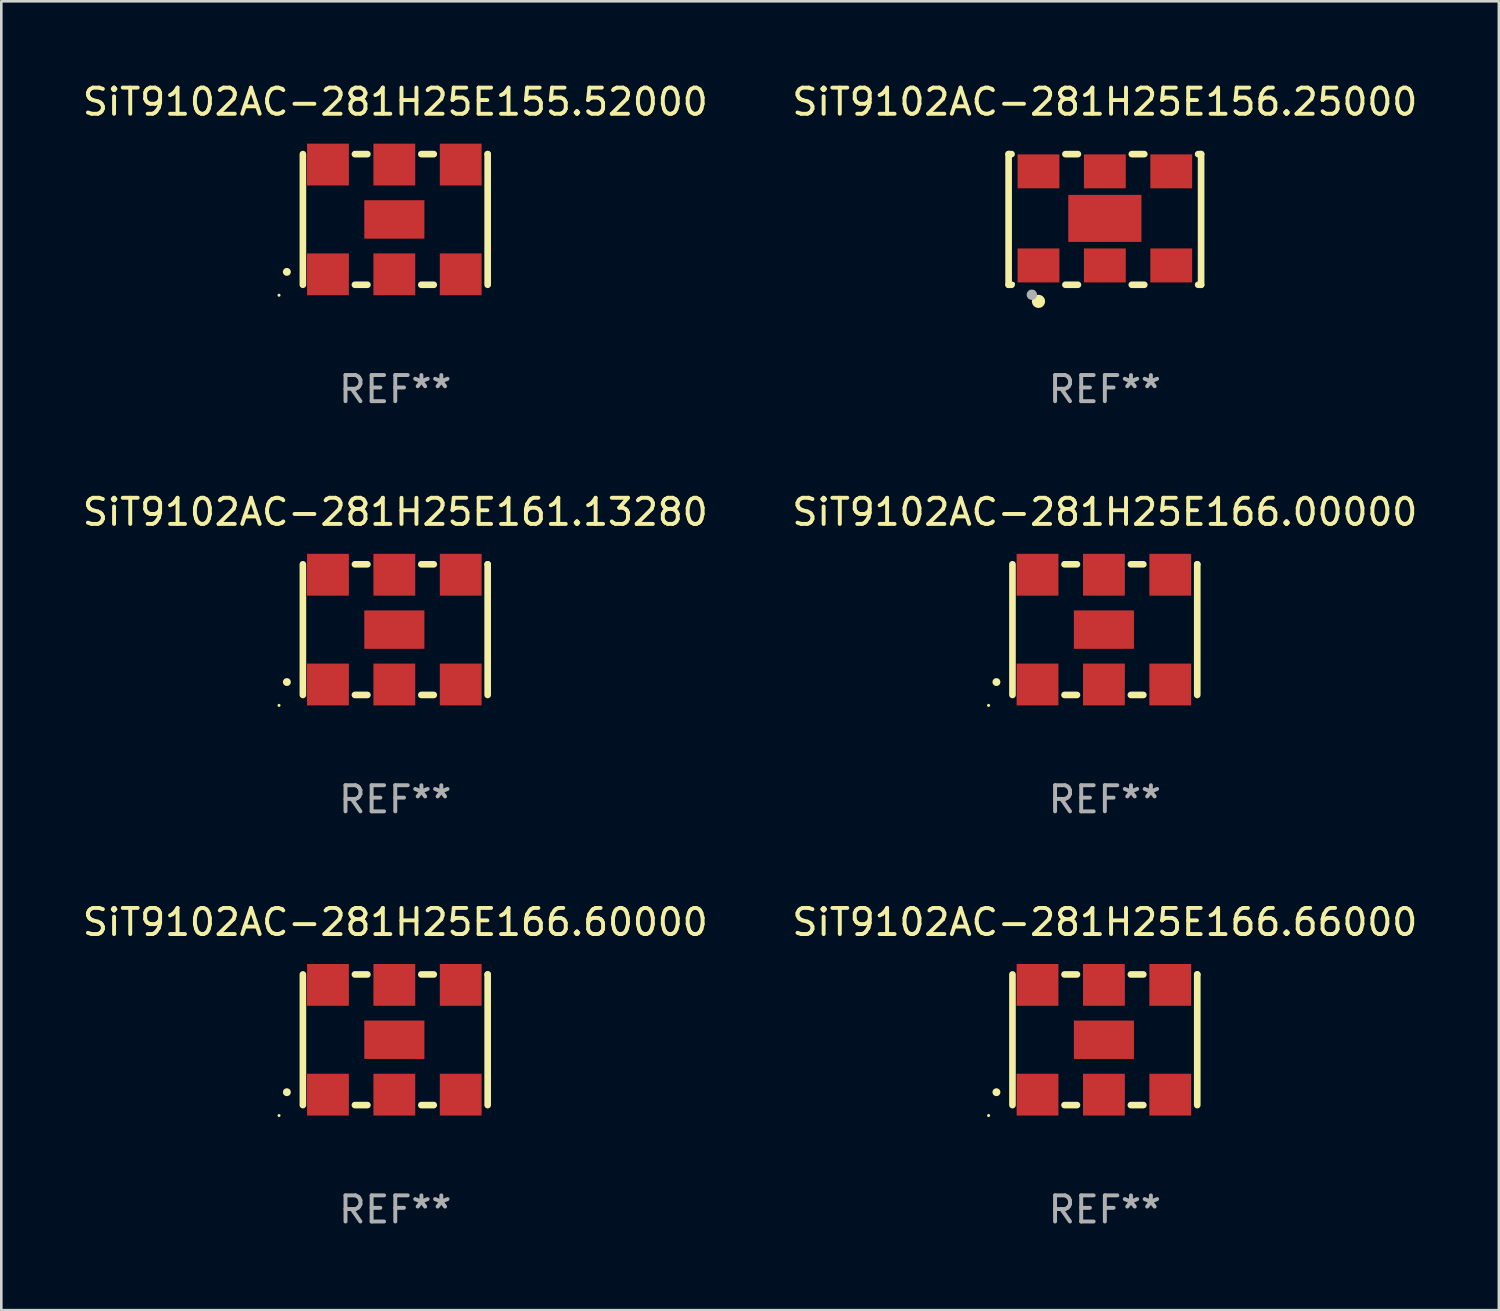
<source format=kicad_pcb>
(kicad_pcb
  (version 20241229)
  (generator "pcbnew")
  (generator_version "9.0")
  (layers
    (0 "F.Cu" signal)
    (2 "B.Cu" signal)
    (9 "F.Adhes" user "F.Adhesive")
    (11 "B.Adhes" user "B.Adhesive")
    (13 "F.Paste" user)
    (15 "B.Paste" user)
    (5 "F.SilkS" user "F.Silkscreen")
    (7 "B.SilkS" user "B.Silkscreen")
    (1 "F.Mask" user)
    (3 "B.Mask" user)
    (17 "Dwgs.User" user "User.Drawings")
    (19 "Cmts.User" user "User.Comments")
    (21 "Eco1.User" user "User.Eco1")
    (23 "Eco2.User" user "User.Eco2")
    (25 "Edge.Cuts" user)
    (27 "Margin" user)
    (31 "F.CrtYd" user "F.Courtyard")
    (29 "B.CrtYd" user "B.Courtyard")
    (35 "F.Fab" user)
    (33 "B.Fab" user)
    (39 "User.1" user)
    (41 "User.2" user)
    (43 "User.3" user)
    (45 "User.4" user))
  (footprint "SiT9102AC-281H25E166.66000"
    (layer "F.Cu")
    (at 39.232 36.741)
    (property "Reference" "SiT9102AC-281H25E166.66000" (at 0 -4.5 0) (layer "F.SilkS") (effects (font (size 1 1) (thickness 0.15))))
    (attr through_hole)
    (fp_line (start -3.536 -2.5) (end -3.536 2.5) (stroke (width 0.254) (type solid)) (layer "F.SilkS"))
    (fp_line (start -1.544 2.5) (end -1.067 2.5) (stroke (width 0.254) (type solid)) (layer "F.SilkS"))
    (fp_line (start -1.067 -2.5) (end -1.544 -2.5) (stroke (width 0.254) (type solid)) (layer "F.SilkS"))
    (fp_line (start 0.996 2.5) (end 1.473 2.5) (stroke (width 0.254) (type solid)) (layer "F.SilkS"))
    (fp_line (start 1.473 -2.5) (end 0.996 -2.5) (stroke (width 0.254) (type solid)) (layer "F.SilkS"))
    (fp_line (start 3.536 -2.5) (end 3.536 -2.5) (stroke (width 0.254) (type solid)) (layer "F.SilkS"))
    (fp_line (start 3.536 2.5) (end 3.536 -2.5) (stroke (width 0.254) (type solid)) (layer "F.SilkS"))
    (fp_arc (start -4.150432 2.006604) (mid -4.149162 2.006599) (end -4.147892 2.006604) (stroke (width 0.3) (type solid)) (layer "F.SilkS"))
    (fp_circle (center -4.449 2.9) (end -4.419 2.9) (stroke (width 0.06) (type solid)) (fill no) (layer "F.SilkS"))
    (fp_text user "REF**" (at 0 6.5 0) (layer "F.Fab") (effects (font (size 1 1) (thickness 0.15))))
    (pad "1" smd rect (at -2.576 2.1) (size 1.6 1.6) (layers "F.Cu" "F.Mask" "F.Paste"))
    (pad "2" smd rect (at -0.036 2.1) (size 1.6 1.6) (layers "F.Cu" "F.Mask" "F.Paste"))
    (pad "3" smd rect (at 2.504 2.1) (size 1.6 1.6) (layers "F.Cu" "F.Mask" "F.Paste"))
    (pad "4" smd rect (at 2.504 -2.1) (size 1.6 1.6) (layers "F.Cu" "F.Mask" "F.Paste"))
    (pad "5" smd rect (at -0.036 -2.1) (size 1.6 1.6) (layers "F.Cu" "F.Mask" "F.Paste"))
    (pad "6" smd rect (at -2.576 -2.1) (size 1.6 1.6) (layers "F.Cu" "F.Mask" "F.Paste"))
    (pad "7" smd rect (at -0.036 0) (size 2.3 1.47) (layers "F.Cu" "F.Mask" "F.Paste")))
  (footprint "SiT9102AC-281H25E156.25000"
    (layer "F.Cu")
    (at 39.232 5.348)
    (property "Reference" "SiT9102AC-281H25E156.25000" (at 0 -4.5 0) (layer "F.SilkS") (effects (font (size 1 1) (thickness 0.15))))
    (attr through_hole)
    (fp_line (start -3.683 -2.5) (end -3.571 -2.5) (stroke (width 0.254) (type solid)) (layer "F.SilkS"))
    (fp_line (start -3.683 2.5) (end -3.683 -2.5) (stroke (width 0.254) (type solid)) (layer "F.SilkS"))
    (fp_line (start -3.683 2.5) (end -3.571 2.5) (stroke (width 0.254) (type solid)) (layer "F.SilkS"))
    (fp_line (start -1.509 -2.5) (end -1.031 -2.5) (stroke (width 0.254) (type solid)) (layer "F.SilkS"))
    (fp_line (start -1.509 2.5) (end -1.031 2.5) (stroke (width 0.254) (type solid)) (layer "F.SilkS"))
    (fp_line (start 1.031 -2.5) (end 1.509 -2.5) (stroke (width 0.254) (type solid)) (layer "F.SilkS"))
    (fp_line (start 1.031 2.5) (end 1.509 2.5) (stroke (width 0.254) (type solid)) (layer "F.SilkS"))
    (fp_line (start 3.571 -2.5) (end 3.683 -2.5) (stroke (width 0.254) (type solid)) (layer "F.SilkS"))
    (fp_line (start 3.571 2.5) (end 3.683 2.5) (stroke (width 0.254) (type solid)) (layer "F.SilkS"))
    (fp_line (start 3.683 2.5) (end 3.683 -2.5) (stroke (width 0.254) (type solid)) (layer "F.SilkS"))
    (fp_circle (center -3.5 2.46) (end -3.47 2.46) (stroke (width 0.06) (type solid)) (fill no) (layer "F.SilkS"))
    (fp_circle (center -2.54 3.135) (end -2.413 3.135) (stroke (width 0.254) (type solid)) (fill no) (layer "F.SilkS"))
    (fp_circle (center -2.794 2.881) (end -2.694 2.881) (stroke (width 0.2) (type solid)) (fill no) (layer "F.Fab"))
    (fp_text user "REF**" (at 0 6.5 0) (layer "F.Fab") (effects (font (size 1 1) (thickness 0.15))))
    (pad "1" smd rect (at -2.54 1.76) (size 1.6 1.3) (layers "F.Cu" "F.Mask" "F.Paste"))
    (pad "2" smd rect (at 0 1.76) (size 1.6 1.3) (layers "F.Cu" "F.Mask" "F.Paste"))
    (pad "3" smd rect (at 2.54 1.76) (size 1.6 1.3) (layers "F.Cu" "F.Mask" "F.Paste"))
    (pad "4" smd rect (at 2.54 -1.84) (size 1.6 1.3) (layers "F.Cu" "F.Mask" "F.Paste"))
    (pad "5" smd rect (at 0 -1.84) (size 1.6 1.3) (layers "F.Cu" "F.Mask" "F.Paste"))
    (pad "6" smd rect (at -2.54 -1.84) (size 1.6 1.3) (layers "F.Cu" "F.Mask" "F.Paste"))
    (pad "7" smd rect (at 0 -0.04) (size 2.8 1.8) (layers "F.Cu" "F.Mask" "F.Paste")))
  (footprint "SiT9102AC-281H25E166.60000"
    (layer "F.Cu")
    (at 12.077 36.741)
    (property "Reference" "SiT9102AC-281H25E166.60000" (at 0 -4.5 0) (layer "F.SilkS") (effects (font (size 1 1) (thickness 0.15))))
    (attr through_hole)
    (fp_line (start -3.536 -2.5) (end -3.536 2.5) (stroke (width 0.254) (type solid)) (layer "F.SilkS"))
    (fp_line (start -1.544 2.5) (end -1.067 2.5) (stroke (width 0.254) (type solid)) (layer "F.SilkS"))
    (fp_line (start -1.067 -2.5) (end -1.544 -2.5) (stroke (width 0.254) (type solid)) (layer "F.SilkS"))
    (fp_line (start 0.996 2.5) (end 1.473 2.5) (stroke (width 0.254) (type solid)) (layer "F.SilkS"))
    (fp_line (start 1.473 -2.5) (end 0.996 -2.5) (stroke (width 0.254) (type solid)) (layer "F.SilkS"))
    (fp_line (start 3.536 -2.5) (end 3.536 -2.5) (stroke (width 0.254) (type solid)) (layer "F.SilkS"))
    (fp_line (start 3.536 2.5) (end 3.536 -2.5) (stroke (width 0.254) (type solid)) (layer "F.SilkS"))
    (fp_arc (start -4.150432 2.006604) (mid -4.149162 2.006599) (end -4.147892 2.006604) (stroke (width 0.3) (type solid)) (layer "F.SilkS"))
    (fp_circle (center -4.449 2.9) (end -4.419 2.9) (stroke (width 0.06) (type solid)) (fill no) (layer "F.SilkS"))
    (fp_text user "REF**" (at 0 6.5 0) (layer "F.Fab") (effects (font (size 1 1) (thickness 0.15))))
    (pad "1" smd rect (at -2.576 2.1) (size 1.6 1.6) (layers "F.Cu" "F.Mask" "F.Paste"))
    (pad "2" smd rect (at -0.036 2.1) (size 1.6 1.6) (layers "F.Cu" "F.Mask" "F.Paste"))
    (pad "3" smd rect (at 2.504 2.1) (size 1.6 1.6) (layers "F.Cu" "F.Mask" "F.Paste"))
    (pad "4" smd rect (at 2.504 -2.1) (size 1.6 1.6) (layers "F.Cu" "F.Mask" "F.Paste"))
    (pad "5" smd rect (at -0.036 -2.1) (size 1.6 1.6) (layers "F.Cu" "F.Mask" "F.Paste"))
    (pad "6" smd rect (at -2.576 -2.1) (size 1.6 1.6) (layers "F.Cu" "F.Mask" "F.Paste"))
    (pad "7" smd rect (at -0.036 0) (size 2.3 1.47) (layers "F.Cu" "F.Mask" "F.Paste")))
  (footprint "SiT9102AC-281H25E161.13280"
    (layer "F.Cu")
    (at 12.077 21.045)
    (property "Reference" "SiT9102AC-281H25E161.13280" (at 0 -4.5 0) (layer "F.SilkS") (effects (font (size 1 1) (thickness 0.15))))
    (attr through_hole)
    (fp_line (start -3.536 -2.5) (end -3.536 2.5) (stroke (width 0.254) (type solid)) (layer "F.SilkS"))
    (fp_line (start -1.544 2.5) (end -1.067 2.5) (stroke (width 0.254) (type solid)) (layer "F.SilkS"))
    (fp_line (start -1.067 -2.5) (end -1.544 -2.5) (stroke (width 0.254) (type solid)) (layer "F.SilkS"))
    (fp_line (start 0.996 2.5) (end 1.473 2.5) (stroke (width 0.254) (type solid)) (layer "F.SilkS"))
    (fp_line (start 1.473 -2.5) (end 0.996 -2.5) (stroke (width 0.254) (type solid)) (layer "F.SilkS"))
    (fp_line (start 3.536 -2.5) (end 3.536 -2.5) (stroke (width 0.254) (type solid)) (layer "F.SilkS"))
    (fp_line (start 3.536 2.5) (end 3.536 -2.5) (stroke (width 0.254) (type solid)) (layer "F.SilkS"))
    (fp_arc (start -4.150432 2.006604) (mid -4.149162 2.006599) (end -4.147892 2.006604) (stroke (width 0.3) (type solid)) (layer "F.SilkS"))
    (fp_circle (center -4.449 2.9) (end -4.419 2.9) (stroke (width 0.06) (type solid)) (fill no) (layer "F.SilkS"))
    (fp_text user "REF**" (at 0 6.5 0) (layer "F.Fab") (effects (font (size 1 1) (thickness 0.15))))
    (pad "1" smd rect (at -2.576 2.1) (size 1.6 1.6) (layers "F.Cu" "F.Mask" "F.Paste"))
    (pad "2" smd rect (at -0.036 2.1) (size 1.6 1.6) (layers "F.Cu" "F.Mask" "F.Paste"))
    (pad "3" smd rect (at 2.504 2.1) (size 1.6 1.6) (layers "F.Cu" "F.Mask" "F.Paste"))
    (pad "4" smd rect (at 2.504 -2.1) (size 1.6 1.6) (layers "F.Cu" "F.Mask" "F.Paste"))
    (pad "5" smd rect (at -0.036 -2.1) (size 1.6 1.6) (layers "F.Cu" "F.Mask" "F.Paste"))
    (pad "6" smd rect (at -2.576 -2.1) (size 1.6 1.6) (layers "F.Cu" "F.Mask" "F.Paste"))
    (pad "7" smd rect (at -0.036 0) (size 2.3 1.47) (layers "F.Cu" "F.Mask" "F.Paste")))
  (footprint "SiT9102AC-281H25E155.52000"
    (layer "F.Cu")
    (at 12.077 5.348)
    (property "Reference" "SiT9102AC-281H25E155.52000" (at 0 -4.5 0) (layer "F.SilkS") (effects (font (size 1 1) (thickness 0.15))))
    (attr through_hole)
    (fp_line (start -3.536 -2.5) (end -3.536 2.5) (stroke (width 0.254) (type solid)) (layer "F.SilkS"))
    (fp_line (start -1.544 2.5) (end -1.067 2.5) (stroke (width 0.254) (type solid)) (layer "F.SilkS"))
    (fp_line (start -1.067 -2.5) (end -1.544 -2.5) (stroke (width 0.254) (type solid)) (layer "F.SilkS"))
    (fp_line (start 0.996 2.5) (end 1.473 2.5) (stroke (width 0.254) (type solid)) (layer "F.SilkS"))
    (fp_line (start 1.473 -2.5) (end 0.996 -2.5) (stroke (width 0.254) (type solid)) (layer "F.SilkS"))
    (fp_line (start 3.536 -2.5) (end 3.536 -2.5) (stroke (width 0.254) (type solid)) (layer "F.SilkS"))
    (fp_line (start 3.536 2.5) (end 3.536 -2.5) (stroke (width 0.254) (type solid)) (layer "F.SilkS"))
    (fp_arc (start -4.150432 2.006604) (mid -4.149162 2.006599) (end -4.147892 2.006604) (stroke (width 0.3) (type solid)) (layer "F.SilkS"))
    (fp_circle (center -4.449 2.9) (end -4.419 2.9) (stroke (width 0.06) (type solid)) (fill no) (layer "F.SilkS"))
    (fp_text user "REF**" (at 0 6.5 0) (layer "F.Fab") (effects (font (size 1 1) (thickness 0.15))))
    (pad "1" smd rect (at -2.576 2.1) (size 1.6 1.6) (layers "F.Cu" "F.Mask" "F.Paste"))
    (pad "2" smd rect (at -0.036 2.1) (size 1.6 1.6) (layers "F.Cu" "F.Mask" "F.Paste"))
    (pad "3" smd rect (at 2.504 2.1) (size 1.6 1.6) (layers "F.Cu" "F.Mask" "F.Paste"))
    (pad "4" smd rect (at 2.504 -2.1) (size 1.6 1.6) (layers "F.Cu" "F.Mask" "F.Paste"))
    (pad "5" smd rect (at -0.036 -2.1) (size 1.6 1.6) (layers "F.Cu" "F.Mask" "F.Paste"))
    (pad "6" smd rect (at -2.576 -2.1) (size 1.6 1.6) (layers "F.Cu" "F.Mask" "F.Paste"))
    (pad "7" smd rect (at -0.036 0) (size 2.3 1.47) (layers "F.Cu" "F.Mask" "F.Paste")))
  (footprint "SiT9102AC-281H25E166.00000"
    (layer "F.Cu")
    (at 39.232 21.045)
    (property "Reference" "SiT9102AC-281H25E166.00000" (at 0 -4.5 0) (layer "F.SilkS") (effects (font (size 1 1) (thickness 0.15))))
    (attr through_hole)
    (fp_line (start -3.536 -2.5) (end -3.536 2.5) (stroke (width 0.254) (type solid)) (layer "F.SilkS"))
    (fp_line (start -1.544 2.5) (end -1.067 2.5) (stroke (width 0.254) (type solid)) (layer "F.SilkS"))
    (fp_line (start -1.067 -2.5) (end -1.544 -2.5) (stroke (width 0.254) (type solid)) (layer "F.SilkS"))
    (fp_line (start 0.996 2.5) (end 1.473 2.5) (stroke (width 0.254) (type solid)) (layer "F.SilkS"))
    (fp_line (start 1.473 -2.5) (end 0.996 -2.5) (stroke (width 0.254) (type solid)) (layer "F.SilkS"))
    (fp_line (start 3.536 -2.5) (end 3.536 -2.5) (stroke (width 0.254) (type solid)) (layer "F.SilkS"))
    (fp_line (start 3.536 2.5) (end 3.536 -2.5) (stroke (width 0.254) (type solid)) (layer "F.SilkS"))
    (fp_arc (start -4.150432 2.006604) (mid -4.149162 2.006599) (end -4.147892 2.006604) (stroke (width 0.3) (type solid)) (layer "F.SilkS"))
    (fp_circle (center -4.449 2.9) (end -4.419 2.9) (stroke (width 0.06) (type solid)) (fill no) (layer "F.SilkS"))
    (fp_text user "REF**" (at 0 6.5 0) (layer "F.Fab") (effects (font (size 1 1) (thickness 0.15))))
    (pad "1" smd rect (at -2.576 2.1) (size 1.6 1.6) (layers "F.Cu" "F.Mask" "F.Paste"))
    (pad "2" smd rect (at -0.036 2.1) (size 1.6 1.6) (layers "F.Cu" "F.Mask" "F.Paste"))
    (pad "3" smd rect (at 2.504 2.1) (size 1.6 1.6) (layers "F.Cu" "F.Mask" "F.Paste"))
    (pad "4" smd rect (at 2.504 -2.1) (size 1.6 1.6) (layers "F.Cu" "F.Mask" "F.Paste"))
    (pad "5" smd rect (at -0.036 -2.1) (size 1.6 1.6) (layers "F.Cu" "F.Mask" "F.Paste"))
    (pad "6" smd rect (at -2.576 -2.1) (size 1.6 1.6) (layers "F.Cu" "F.Mask" "F.Paste"))
    (pad "7" smd rect (at -0.036 0) (size 2.3 1.47) (layers "F.Cu" "F.Mask" "F.Paste")))
  (gr_rect
    (start -3 -3)
    (end 54.31 47.09)
    (stroke (width 0.1) (type default))
    (fill no)
    (layer "Edge.Cuts")))
</source>
